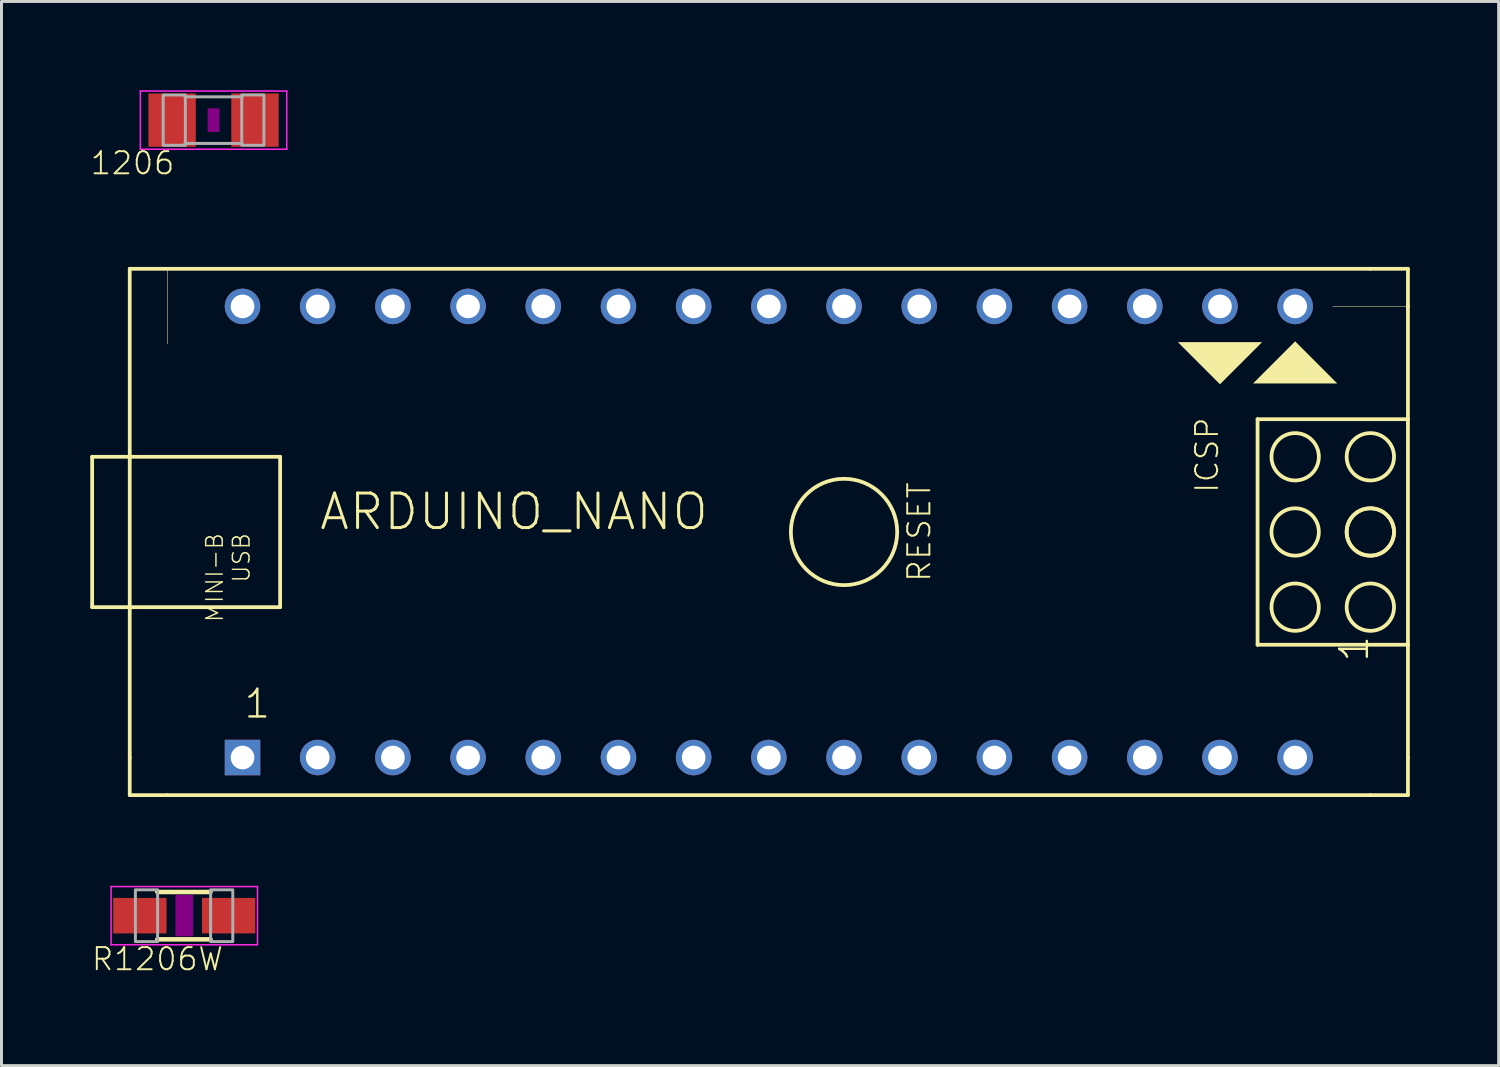
<source format=kicad_pcb>
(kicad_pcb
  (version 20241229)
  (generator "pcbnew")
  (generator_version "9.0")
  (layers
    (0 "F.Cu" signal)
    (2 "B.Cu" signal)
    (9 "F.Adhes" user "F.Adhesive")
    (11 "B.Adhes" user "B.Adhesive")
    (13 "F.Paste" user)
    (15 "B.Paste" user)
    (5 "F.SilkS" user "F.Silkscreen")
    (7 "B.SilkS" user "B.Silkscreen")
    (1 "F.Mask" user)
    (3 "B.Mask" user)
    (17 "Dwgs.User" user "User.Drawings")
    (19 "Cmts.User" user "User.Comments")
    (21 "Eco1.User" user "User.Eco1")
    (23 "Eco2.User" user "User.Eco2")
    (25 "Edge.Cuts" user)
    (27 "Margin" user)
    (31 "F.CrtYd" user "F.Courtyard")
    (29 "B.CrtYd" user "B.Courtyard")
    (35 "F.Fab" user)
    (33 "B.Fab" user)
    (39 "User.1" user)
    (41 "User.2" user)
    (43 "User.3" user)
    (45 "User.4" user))
  (footprint "ARDUINO_NANO"
    (layer "F.Cu")
    (at 25.463 14.921)
    (property "Reference" "ARDUINO_NANO" (at -17.78 0 0) (layer "F.SilkS") (effects (font (size 1.168 1.168) (thickness 0.102)) (justify left bottom)))
    (fp_line (start -25.4 -2.54) (end -25.4 2.54) (stroke (width 0.127) (type solid)) (layer "F.SilkS"))
    (fp_line (start -24.13 -8.89) (end 17.78 -8.89) (stroke (width 0.127) (type solid)) (layer "F.SilkS"))
    (fp_line (start -24.13 -2.54) (end -25.4 -2.54) (stroke (width 0.127) (type solid)) (layer "F.SilkS"))
    (fp_line (start -24.13 -2.54) (end -24.13 -8.89) (stroke (width 0.127) (type solid)) (layer "F.SilkS"))
    (fp_line (start -24.13 7.62) (end -24.13 -2.54) (stroke (width 0.127) (type solid)) (layer "F.SilkS"))
    (fp_line (start -24.13 8.89) (end -24.13 7.62) (stroke (width 0.127) (type solid)) (layer "F.SilkS"))
    (fp_line (start -22.86 -8.89) (end -22.86 -6.35) (stroke (width 0.016) (type solid)) (layer "F.SilkS"))
    (fp_line (start -22.86 8.89) (end -24.13 8.89) (stroke (width 0.127) (type solid)) (layer "F.SilkS"))
    (fp_line (start -19.05 -2.54) (end -24.13 -2.54) (stroke (width 0.127) (type solid)) (layer "F.SilkS"))
    (fp_line (start -19.05 2.54) (end -25.4 2.54) (stroke (width 0.127) (type solid)) (layer "F.SilkS"))
    (fp_line (start -19.05 2.54) (end -19.05 -2.54) (stroke (width 0.127) (type solid)) (layer "F.SilkS"))
    (fp_line (start 13.97 -3.81) (end 13.97 3.81) (stroke (width 0.127) (type solid)) (layer "F.SilkS"))
    (fp_line (start 13.97 3.81) (end 19.05 3.81) (stroke (width 0.127) (type solid)) (layer "F.SilkS"))
    (fp_line (start 16.51 -7.62) (end 19.05 -7.62) (stroke (width 0.016) (type solid)) (layer "F.SilkS"))
    (fp_line (start 17.78 -8.89) (end 19.05 -8.89) (stroke (width 0.127) (type solid)) (layer "F.SilkS"))
    (fp_line (start 17.78 8.89) (end -22.86 8.89) (stroke (width 0.127) (type solid)) (layer "F.SilkS"))
    (fp_line (start 19.05 -8.89) (end 19.05 -7.62) (stroke (width 0.127) (type solid)) (layer "F.SilkS"))
    (fp_line (start 19.05 -7.62) (end 19.05 -3.81) (stroke (width 0.127) (type solid)) (layer "F.SilkS"))
    (fp_line (start 19.05 -3.81) (end 13.97 -3.81) (stroke (width 0.127) (type solid)) (layer "F.SilkS"))
    (fp_line (start 19.05 -3.81) (end 19.05 3.81) (stroke (width 0.127) (type solid)) (layer "F.SilkS"))
    (fp_line (start 19.05 3.81) (end 19.05 7.62) (stroke (width 0.127) (type solid)) (layer "F.SilkS"))
    (fp_line (start 19.05 7.62) (end 19.05 8.89) (stroke (width 0.127) (type solid)) (layer "F.SilkS"))
    (fp_line (start 19.05 8.89) (end 17.78 8.89) (stroke (width 0.127) (type solid)) (layer "F.SilkS"))
    (fp_circle (center 0 0) (end 1.796 0) (stroke (width 0.127) (type solid)) (fill no) (layer "F.SilkS"))
    (fp_circle (center 15.24 -2.54) (end 16.04 -2.54) (stroke (width 0.127) (type solid)) (fill no) (layer "F.SilkS"))
    (fp_circle (center 15.24 0) (end 16.04 0) (stroke (width 0.127) (type solid)) (fill no) (layer "F.SilkS"))
    (fp_circle (center 15.24 2.54) (end 16.04 2.54) (stroke (width 0.127) (type solid)) (fill no) (layer "F.SilkS"))
    (fp_circle (center 17.78 -2.54) (end 18.58 -2.54) (stroke (width 0.127) (type solid)) (fill no) (layer "F.SilkS"))
    (fp_circle (center 17.78 0) (end 18.58 0) (stroke (width 0.127) (type solid)) (fill no) (layer "F.SilkS"))
    (fp_circle (center 17.78 0) (end 18.58 0) (stroke (width 0.127) (type solid)) (fill no) (layer "F.SilkS"))
    (fp_circle (center 17.78 2.54) (end 18.58 2.54) (stroke (width 0.127) (type solid)) (fill no) (layer "F.SilkS"))
    (fp_poly (pts (xy 12.7 -4.99) (xy 11.277 -6.413) (xy 14.123 -6.413)) (stroke (width 0) (type solid)) (fill yes) (layer "F.SilkS"))
    (fp_poly (pts (xy 16.663 -5.016) (xy 13.817 -5.016) (xy 15.24 -6.44)) (stroke (width 0) (type solid)) (fill yes) (layer "F.SilkS"))
    (fp_text user "1" (at 17.78 4.445 270) (layer "F.SilkS") (effects (font (size 0.935 0.935) (thickness 0.081)) (justify left bottom)))
    (fp_text user "1" (at -20.32 6.35 0) (layer "F.SilkS") (effects (font (size 0.935 0.935) (thickness 0.081)) (justify left bottom)))
    (fp_text user "MINI-B\nUSB" (at -21.59 0 90) (layer "F.SilkS") (effects (font (size 0.561 0.561) (thickness 0.049)) (justify right top)))
    (fp_text user "THIS LIBRARY WAS CREATED BY ESP. MARCO-LUIS SALCEDO TOVAR.\nPLEASE REPORT ANY ERRORS OR SUGGESTIONS TO: YV1HX@CANTV.NET\nTHANKS YOU!!!" (at -22.86 1.27 90) (layer "F.SilkS") (effects (font (size 0.05 0.05) (thickness 0.001)) (justify left bottom)))
    (fp_text user "RESET" (at 2.54 0 90) (layer "F.SilkS") (effects (font (size 0.748 0.748) (thickness 0.065))))
    (fp_text user "ICSP" (at 12.7 -1.27 270) (layer "F.SilkS") (effects (font (size 0.748 0.748) (thickness 0.065)) (justify left bottom)))
    (pad "1" thru_hole rect (at -20.32 7.62) (size 1.2 1.2) (drill 0.8) (layers "*.Cu" "*.Mask"))
    (pad "2" thru_hole circle (at -17.78 7.62) (size 1.2 1.2) (drill 0.8) (layers "*.Cu" "*.Mask"))
    (pad "3" thru_hole circle (at -15.24 7.62) (size 1.2 1.2) (drill 0.8) (layers "*.Cu" "*.Mask"))
    (pad "4" thru_hole circle (at -12.7 7.62) (size 1.2 1.2) (drill 0.8) (layers "*.Cu" "*.Mask"))
    (pad "5" thru_hole circle (at -10.16 7.62) (size 1.2 1.2) (drill 0.8) (layers "*.Cu" "*.Mask"))
    (pad "6" thru_hole circle (at -7.62 7.62) (size 1.2 1.2) (drill 0.8) (layers "*.Cu" "*.Mask"))
    (pad "7" thru_hole circle (at -5.08 7.62) (size 1.2 1.2) (drill 0.8) (layers "*.Cu" "*.Mask"))
    (pad "8" thru_hole circle (at -2.54 7.62) (size 1.2 1.2) (drill 0.8) (layers "*.Cu" "*.Mask"))
    (pad "9" thru_hole circle (at 0 7.62) (size 1.2 1.2) (drill 0.8) (layers "*.Cu" "*.Mask"))
    (pad "10" thru_hole circle (at 2.54 7.62) (size 1.2 1.2) (drill 0.8) (layers "*.Cu" "*.Mask"))
    (pad "11" thru_hole circle (at 5.08 7.62) (size 1.2 1.2) (drill 0.8) (layers "*.Cu" "*.Mask"))
    (pad "12" thru_hole circle (at 7.62 7.62) (size 1.2 1.2) (drill 0.8) (layers "*.Cu" "*.Mask"))
    (pad "13" thru_hole circle (at 10.16 7.62) (size 1.2 1.2) (drill 0.8) (layers "*.Cu" "*.Mask"))
    (pad "14" thru_hole circle (at 12.7 7.62) (size 1.2 1.2) (drill 0.8) (layers "*.Cu" "*.Mask"))
    (pad "15" thru_hole circle (at 15.24 7.62) (size 1.2 1.2) (drill 0.8) (layers "*.Cu" "*.Mask"))
    (pad "16" thru_hole circle (at 15.24 -7.62) (size 1.2 1.2) (drill 0.8) (layers "*.Cu" "*.Mask"))
    (pad "17" thru_hole circle (at 12.7 -7.62) (size 1.2 1.2) (drill 0.8) (layers "*.Cu" "*.Mask"))
    (pad "18" thru_hole circle (at 10.16 -7.62) (size 1.2 1.2) (drill 0.8) (layers "*.Cu" "*.Mask"))
    (pad "19" thru_hole circle (at 7.62 -7.62) (size 1.2 1.2) (drill 0.8) (layers "*.Cu" "*.Mask"))
    (pad "20" thru_hole circle (at 5.08 -7.62) (size 1.2 1.2) (drill 0.8) (layers "*.Cu" "*.Mask"))
    (pad "21" thru_hole circle (at 2.54 -7.62) (size 1.2 1.2) (drill 0.8) (layers "*.Cu" "*.Mask"))
    (pad "22" thru_hole circle (at 0 -7.62) (size 1.2 1.2) (drill 0.8) (layers "*.Cu" "*.Mask"))
    (pad "23" thru_hole circle (at -2.54 -7.62) (size 1.2 1.2) (drill 0.8) (layers "*.Cu" "*.Mask"))
    (pad "24" thru_hole circle (at -5.08 -7.62) (size 1.2 1.2) (drill 0.8) (layers "*.Cu" "*.Mask"))
    (pad "25" thru_hole circle (at -7.62 -7.62) (size 1.2 1.2) (drill 0.8) (layers "*.Cu" "*.Mask"))
    (pad "26" thru_hole circle (at -10.16 -7.62) (size 1.2 1.2) (drill 0.8) (layers "*.Cu" "*.Mask"))
    (pad "27" thru_hole circle (at -12.7 -7.62) (size 1.2 1.2) (drill 0.8) (layers "*.Cu" "*.Mask"))
    (pad "28" thru_hole circle (at -15.24 -7.62) (size 1.2 1.2) (drill 0.8) (layers "*.Cu" "*.Mask"))
    (pad "29" thru_hole circle (at -17.78 -7.62) (size 1.2 1.2) (drill 0.8) (layers "*.Cu" "*.Mask"))
    (pad "30" thru_hole circle (at -20.32 -7.62) (size 1.2 1.2) (drill 0.8) (layers "*.Cu" "*.Mask")))
  (footprint "R1206W"
    (layer "F.Cu")
    (at 3.175 27.883)
    (property "Reference" "R1206W" (at -3.175 1.905 0) (layer "F.SilkS") (effects (font (size 0.748 0.748) (thickness 0.065)) (justify left bottom)))
    (fp_line (start -0.913 -0.8) (end 0.888 -0.8) (stroke (width 0.152) (type solid)) (layer "F.SilkS"))
    (fp_line (start -0.913 0.8) (end 0.888 0.8) (stroke (width 0.152) (type solid)) (layer "F.SilkS"))
    (fp_poly (pts (xy -0.3 0.7) (xy 0.3 0.7) (xy 0.3 -0.7) (xy -0.3 -0.7)) (stroke (width 0) (type solid)) (fill yes) (layer "F.Adhes"))
    (fp_line (start -2.473 -0.983) (end 2.473 -0.983) (stroke (width 0.051) (type solid)) (layer "F.CrtYd"))
    (fp_line (start -2.473 0.983) (end -2.473 -0.983) (stroke (width 0.051) (type solid)) (layer "F.CrtYd"))
    (fp_line (start 2.473 -0.983) (end 2.473 0.983) (stroke (width 0.051) (type solid)) (layer "F.CrtYd"))
    (fp_line (start 2.473 0.983) (end -2.473 0.983) (stroke (width 0.051) (type solid)) (layer "F.CrtYd"))
    (fp_poly (pts (xy -1.651 0.876) (xy -0.901 0.876) (xy -0.901 -0.874) (xy -1.651 -0.874)) (stroke (width 0.1) (type solid)) (fill no) (layer "F.Fab"))
    (fp_poly (pts (xy 0.889 0.876) (xy 1.639 0.876) (xy 1.639 -0.874) (xy 0.889 -0.874)) (stroke (width 0.1) (type solid)) (fill no) (layer "F.Fab"))
    (pad "1" smd rect (at -1.499 0) (size 1.8 1.2) (layers "F.Cu" "F.Mask" "F.Paste"))
    (pad "2" smd rect (at 1.499 0) (size 1.8 1.2) (layers "F.Cu" "F.Mask" "F.Paste")))
  (footprint "1206"
    (layer "F.Cu")
    (at 4.164 1.008)
    (property "Reference" "1206" (at -1.27 1.016 0) (layer "F.SilkS") (effects (font (size 0.748 0.748) (thickness 0.065)) (justify right top)))
    (fp_poly (pts (xy -0.2 0.4) (xy 0.2 0.4) (xy 0.2 -0.4) (xy -0.2 -0.4)) (stroke (width 0) (type solid)) (fill yes) (layer "F.Adhes"))
    (fp_line (start -2.473 -0.983) (end 2.473 -0.983) (stroke (width 0.051) (type solid)) (layer "F.CrtYd"))
    (fp_line (start -2.473 0.983) (end -2.473 -0.983) (stroke (width 0.051) (type solid)) (layer "F.CrtYd"))
    (fp_line (start 2.473 -0.983) (end 2.473 0.983) (stroke (width 0.051) (type solid)) (layer "F.CrtYd"))
    (fp_line (start 2.473 0.983) (end -2.473 0.983) (stroke (width 0.051) (type solid)) (layer "F.CrtYd"))
    (fp_line (start -0.965 -0.787) (end 0.965 -0.787) (stroke (width 0.102) (type solid)) (layer "F.Fab"))
    (fp_line (start -0.965 0.787) (end 0.965 0.787) (stroke (width 0.102) (type solid)) (layer "F.Fab"))
    (fp_poly (pts (xy -1.702 0.851) (xy -0.952 0.851) (xy -0.952 -0.849) (xy -1.702 -0.849)) (stroke (width 0.1) (type solid)) (fill no) (layer "F.Fab"))
    (fp_poly (pts (xy 0.952 0.849) (xy 1.702 0.849) (xy 1.702 -0.851) (xy 0.952 -0.851)) (stroke (width 0.1) (type solid)) (fill no) (layer "F.Fab"))
    (pad "1" smd rect (at -1.4 0) (size 1.6 1.8) (layers "F.Cu" "F.Mask" "F.Paste"))
    (pad "2" smd rect (at 1.4 0) (size 1.6 1.8) (layers "F.Cu" "F.Mask" "F.Paste")))
  (gr_rect
    (start -3 -3)
    (end 47.577 32.948)
    (stroke (width 0.1) (type default))
    (fill no)
    (layer "Edge.Cuts")))
</source>
